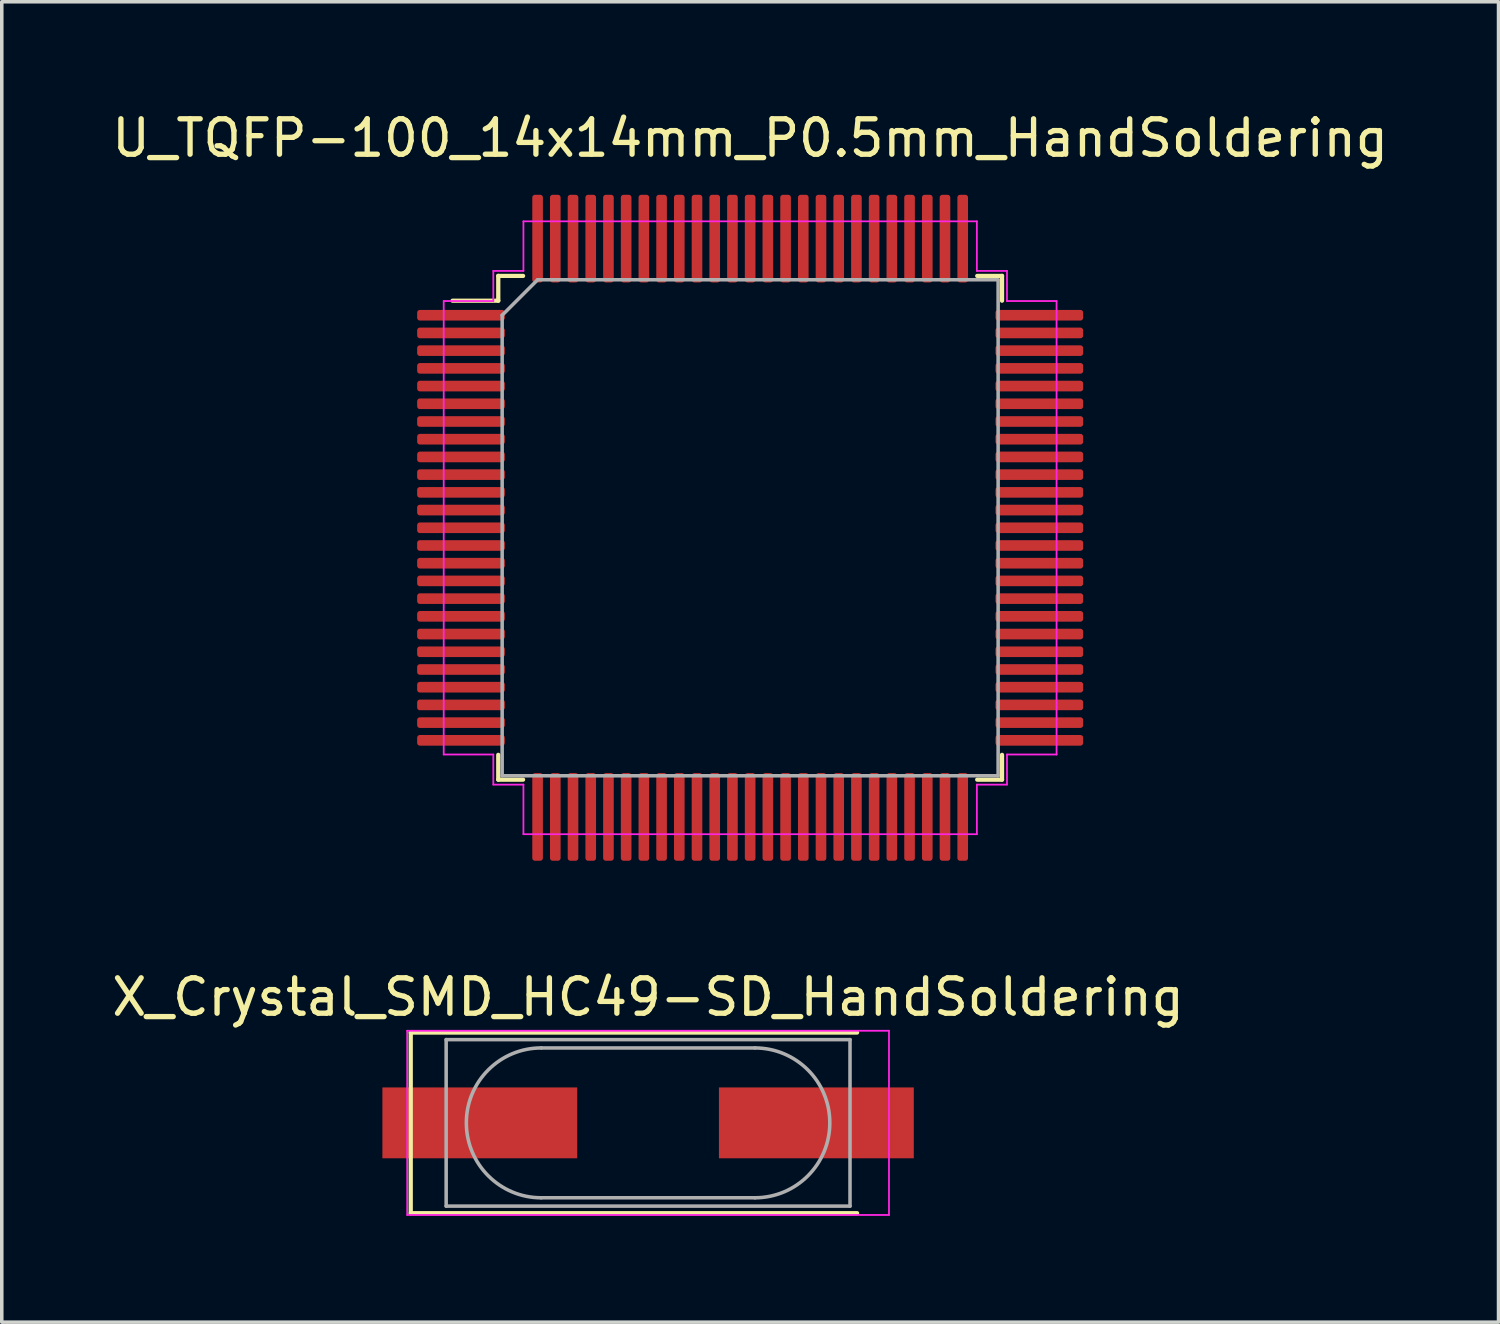
<source format=kicad_pcb>
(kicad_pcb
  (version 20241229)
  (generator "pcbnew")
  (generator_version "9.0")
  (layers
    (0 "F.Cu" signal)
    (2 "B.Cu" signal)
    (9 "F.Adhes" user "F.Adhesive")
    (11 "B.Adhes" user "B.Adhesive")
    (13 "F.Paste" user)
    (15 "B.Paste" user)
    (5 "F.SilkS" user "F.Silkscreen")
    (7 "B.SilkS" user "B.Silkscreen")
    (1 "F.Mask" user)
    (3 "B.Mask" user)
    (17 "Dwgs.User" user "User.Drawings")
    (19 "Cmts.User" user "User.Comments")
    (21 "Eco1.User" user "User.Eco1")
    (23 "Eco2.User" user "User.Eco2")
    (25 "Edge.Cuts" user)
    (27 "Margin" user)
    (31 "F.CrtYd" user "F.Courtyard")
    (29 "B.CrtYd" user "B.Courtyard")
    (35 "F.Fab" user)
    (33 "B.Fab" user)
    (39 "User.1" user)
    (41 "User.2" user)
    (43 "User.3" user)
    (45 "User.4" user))
  (footprint "X_Crystal_SMD_HC49-SD_HandSoldering"
    (layer "F.Cu")
    (at 15.244 28.646)
    (property "Reference" "X_Crystal_SMD_HC49-SD_HandSoldering" (at 0 -3.55 0) (layer "F.SilkS") (effects (font (size 1 1) (thickness 0.15))))
    (attr smd)
    (fp_line (start -6.7 -2.55) (end -6.7 2.55) (stroke (width 0.12) (type solid)) (layer "F.SilkS"))
    (fp_line (start -6.7 2.55) (end 5.9 2.55) (stroke (width 0.12) (type solid)) (layer "F.SilkS"))
    (fp_line (start 5.9 -2.55) (end -6.7 -2.55) (stroke (width 0.12) (type solid)) (layer "F.SilkS"))
    (fp_line (start -6.8 -2.6) (end -6.8 2.6) (stroke (width 0.05) (type solid)) (layer "F.CrtYd"))
    (fp_line (start -6.8 2.6) (end 6.8 2.6) (stroke (width 0.05) (type solid)) (layer "F.CrtYd"))
    (fp_line (start 6.8 -2.6) (end -6.8 -2.6) (stroke (width 0.05) (type solid)) (layer "F.CrtYd"))
    (fp_line (start 6.8 2.6) (end 6.8 -2.6) (stroke (width 0.05) (type solid)) (layer "F.CrtYd"))
    (fp_line (start -5.7 -2.35) (end -5.7 2.35) (stroke (width 0.1) (type solid)) (layer "F.Fab"))
    (fp_line (start -5.7 2.35) (end 5.7 2.35) (stroke (width 0.1) (type solid)) (layer "F.Fab"))
    (fp_line (start -3.015 -2.115) (end 3.015 -2.115) (stroke (width 0.1) (type solid)) (layer "F.Fab"))
    (fp_line (start -3.015 2.115) (end 3.015 2.115) (stroke (width 0.1) (type solid)) (layer "F.Fab"))
    (fp_line (start 5.7 -2.35) (end -5.7 -2.35) (stroke (width 0.1) (type solid)) (layer "F.Fab"))
    (fp_line (start 5.7 2.35) (end 5.7 -2.35) (stroke (width 0.1) (type solid)) (layer "F.Fab"))
    (fp_arc (start -3.015 2.115) (mid -5.13 0) (end -3.015 -2.115) (stroke (width 0.1) (type solid)) (layer "F.Fab"))
    (fp_arc (start 3.015 -2.115) (mid 5.13 0) (end 3.015 2.115) (stroke (width 0.1) (type solid)) (layer "F.Fab"))
    (pad "1" smd rect (at -4.75 0) (size 5.5 2) (layers "F.Cu" "F.Mask" "F.Paste"))
    (pad "2" smd rect (at 4.75 0) (size 5.5 2) (layers "F.Cu" "F.Mask" "F.Paste")))
  (footprint "U_TQFP-100_14x14mm_P0.5mm_HandSoldering"
    (layer "F.Cu")
    (at 18.125 11.848)
    (property "Reference" "U_TQFP-100_14x14mm_P0.5mm_HandSoldering" (at 0 -11 0) (layer "F.SilkS") (effects (font (size 1 1) (thickness 0.15))))
    (attr smd)
    (fp_line (start -7.11 -7.11) (end -7.11 -6.41) (stroke (width 0.12) (type solid)) (layer "F.SilkS"))
    (fp_line (start -7.11 -6.41) (end -8.4 -6.41) (stroke (width 0.12) (type solid)) (layer "F.SilkS"))
    (fp_line (start -7.11 7.11) (end -7.11 6.41) (stroke (width 0.12) (type solid)) (layer "F.SilkS"))
    (fp_line (start -6.41 -7.11) (end -7.11 -7.11) (stroke (width 0.12) (type solid)) (layer "F.SilkS"))
    (fp_line (start -6.41 7.11) (end -7.11 7.11) (stroke (width 0.12) (type solid)) (layer "F.SilkS"))
    (fp_line (start 6.41 -7.11) (end 7.11 -7.11) (stroke (width 0.12) (type solid)) (layer "F.SilkS"))
    (fp_line (start 6.41 7.11) (end 7.11 7.11) (stroke (width 0.12) (type solid)) (layer "F.SilkS"))
    (fp_line (start 7.11 -7.11) (end 7.11 -6.41) (stroke (width 0.12) (type solid)) (layer "F.SilkS"))
    (fp_line (start 7.11 7.11) (end 7.11 6.41) (stroke (width 0.12) (type solid)) (layer "F.SilkS"))
    (fp_line (start -8.65 -6.4) (end -8.65 0) (stroke (width 0.05) (type solid)) (layer "F.CrtYd"))
    (fp_line (start -8.65 6.4) (end -8.65 0) (stroke (width 0.05) (type solid)) (layer "F.CrtYd"))
    (fp_line (start -7.25 -7.25) (end -7.25 -6.4) (stroke (width 0.05) (type solid)) (layer "F.CrtYd"))
    (fp_line (start -7.25 -6.4) (end -8.65 -6.4) (stroke (width 0.05) (type solid)) (layer "F.CrtYd"))
    (fp_line (start -7.25 6.4) (end -8.65 6.4) (stroke (width 0.05) (type solid)) (layer "F.CrtYd"))
    (fp_line (start -7.25 7.25) (end -7.25 6.4) (stroke (width 0.05) (type solid)) (layer "F.CrtYd"))
    (fp_line (start -6.4 -8.65) (end -6.4 -7.25) (stroke (width 0.05) (type solid)) (layer "F.CrtYd"))
    (fp_line (start -6.4 -7.25) (end -7.25 -7.25) (stroke (width 0.05) (type solid)) (layer "F.CrtYd"))
    (fp_line (start -6.4 7.25) (end -7.25 7.25) (stroke (width 0.05) (type solid)) (layer "F.CrtYd"))
    (fp_line (start -6.4 8.65) (end -6.4 7.25) (stroke (width 0.05) (type solid)) (layer "F.CrtYd"))
    (fp_line (start 0 -8.65) (end -6.4 -8.65) (stroke (width 0.05) (type solid)) (layer "F.CrtYd"))
    (fp_line (start 0 -8.65) (end 6.4 -8.65) (stroke (width 0.05) (type solid)) (layer "F.CrtYd"))
    (fp_line (start 0 8.65) (end -6.4 8.65) (stroke (width 0.05) (type solid)) (layer "F.CrtYd"))
    (fp_line (start 0 8.65) (end 6.4 8.65) (stroke (width 0.05) (type solid)) (layer "F.CrtYd"))
    (fp_line (start 6.4 -8.65) (end 6.4 -7.25) (stroke (width 0.05) (type solid)) (layer "F.CrtYd"))
    (fp_line (start 6.4 -7.25) (end 7.25 -7.25) (stroke (width 0.05) (type solid)) (layer "F.CrtYd"))
    (fp_line (start 6.4 7.25) (end 7.25 7.25) (stroke (width 0.05) (type solid)) (layer "F.CrtYd"))
    (fp_line (start 6.4 8.65) (end 6.4 7.25) (stroke (width 0.05) (type solid)) (layer "F.CrtYd"))
    (fp_line (start 7.25 -7.25) (end 7.25 -6.4) (stroke (width 0.05) (type solid)) (layer "F.CrtYd"))
    (fp_line (start 7.25 -6.4) (end 8.65 -6.4) (stroke (width 0.05) (type solid)) (layer "F.CrtYd"))
    (fp_line (start 7.25 6.4) (end 8.65 6.4) (stroke (width 0.05) (type solid)) (layer "F.CrtYd"))
    (fp_line (start 7.25 7.25) (end 7.25 6.4) (stroke (width 0.05) (type solid)) (layer "F.CrtYd"))
    (fp_line (start 8.65 -6.4) (end 8.65 0) (stroke (width 0.05) (type solid)) (layer "F.CrtYd"))
    (fp_line (start 8.65 6.4) (end 8.65 0) (stroke (width 0.05) (type solid)) (layer "F.CrtYd"))
    (fp_line (start -7 -6) (end -6 -7) (stroke (width 0.1) (type solid)) (layer "F.Fab"))
    (fp_line (start -7 7) (end -7 -6) (stroke (width 0.1) (type solid)) (layer "F.Fab"))
    (fp_line (start -6 -7) (end 7 -7) (stroke (width 0.1) (type solid)) (layer "F.Fab"))
    (fp_line (start 7 -7) (end 7 7) (stroke (width 0.1) (type solid)) (layer "F.Fab"))
    (fp_line (start 7 7) (end -7 7) (stroke (width 0.1) (type solid)) (layer "F.Fab"))
    (pad "1" smd roundrect (at -8.162 -6) (size 2.475 0.3) (layers "F.Cu" "F.Mask" "F.Paste") (roundrect_rratio 0.25))
    (pad "2" smd roundrect (at -8.162 -5.5) (size 2.475 0.3) (layers "F.Cu" "F.Mask" "F.Paste") (roundrect_rratio 0.25))
    (pad "3" smd roundrect (at -8.162 -5) (size 2.475 0.3) (layers "F.Cu" "F.Mask" "F.Paste") (roundrect_rratio 0.25))
    (pad "4" smd roundrect (at -8.162 -4.5) (size 2.475 0.3) (layers "F.Cu" "F.Mask" "F.Paste") (roundrect_rratio 0.25))
    (pad "5" smd roundrect (at -8.162 -4) (size 2.475 0.3) (layers "F.Cu" "F.Mask" "F.Paste") (roundrect_rratio 0.25))
    (pad "6" smd roundrect (at -8.162 -3.5) (size 2.475 0.3) (layers "F.Cu" "F.Mask" "F.Paste") (roundrect_rratio 0.25))
    (pad "7" smd roundrect (at -8.162 -3) (size 2.475 0.3) (layers "F.Cu" "F.Mask" "F.Paste") (roundrect_rratio 0.25))
    (pad "8" smd roundrect (at -8.162 -2.5) (size 2.475 0.3) (layers "F.Cu" "F.Mask" "F.Paste") (roundrect_rratio 0.25))
    (pad "9" smd roundrect (at -8.162 -2) (size 2.475 0.3) (layers "F.Cu" "F.Mask" "F.Paste") (roundrect_rratio 0.25))
    (pad "10" smd roundrect (at -8.162 -1.5) (size 2.475 0.3) (layers "F.Cu" "F.Mask" "F.Paste") (roundrect_rratio 0.25))
    (pad "11" smd roundrect (at -8.162 -1) (size 2.475 0.3) (layers "F.Cu" "F.Mask" "F.Paste") (roundrect_rratio 0.25))
    (pad "12" smd roundrect (at -8.162 -0.5) (size 2.475 0.3) (layers "F.Cu" "F.Mask" "F.Paste") (roundrect_rratio 0.25))
    (pad "13" smd roundrect (at -8.162 0) (size 2.475 0.3) (layers "F.Cu" "F.Mask" "F.Paste") (roundrect_rratio 0.25))
    (pad "14" smd roundrect (at -8.162 0.5) (size 2.475 0.3) (layers "F.Cu" "F.Mask" "F.Paste") (roundrect_rratio 0.25))
    (pad "15" smd roundrect (at -8.162 1) (size 2.475 0.3) (layers "F.Cu" "F.Mask" "F.Paste") (roundrect_rratio 0.25))
    (pad "16" smd roundrect (at -8.162 1.5) (size 2.475 0.3) (layers "F.Cu" "F.Mask" "F.Paste") (roundrect_rratio 0.25))
    (pad "17" smd roundrect (at -8.162 2) (size 2.475 0.3) (layers "F.Cu" "F.Mask" "F.Paste") (roundrect_rratio 0.25))
    (pad "18" smd roundrect (at -8.162 2.5) (size 2.475 0.3) (layers "F.Cu" "F.Mask" "F.Paste") (roundrect_rratio 0.25))
    (pad "19" smd roundrect (at -8.162 3) (size 2.475 0.3) (layers "F.Cu" "F.Mask" "F.Paste") (roundrect_rratio 0.25))
    (pad "20" smd roundrect (at -8.162 3.5) (size 2.475 0.3) (layers "F.Cu" "F.Mask" "F.Paste") (roundrect_rratio 0.25))
    (pad "21" smd roundrect (at -8.162 4) (size 2.475 0.3) (layers "F.Cu" "F.Mask" "F.Paste") (roundrect_rratio 0.25))
    (pad "22" smd roundrect (at -8.162 4.5) (size 2.475 0.3) (layers "F.Cu" "F.Mask" "F.Paste") (roundrect_rratio 0.25))
    (pad "23" smd roundrect (at -8.162 5) (size 2.475 0.3) (layers "F.Cu" "F.Mask" "F.Paste") (roundrect_rratio 0.25))
    (pad "24" smd roundrect (at -8.162 5.5) (size 2.475 0.3) (layers "F.Cu" "F.Mask" "F.Paste") (roundrect_rratio 0.25))
    (pad "25" smd roundrect (at -8.162 6) (size 2.475 0.3) (layers "F.Cu" "F.Mask" "F.Paste") (roundrect_rratio 0.25))
    (pad "26" smd roundrect (at -6 8.162) (size 0.3 2.475) (layers "F.Cu" "F.Mask" "F.Paste") (roundrect_rratio 0.25))
    (pad "27" smd roundrect (at -5.5 8.162) (size 0.3 2.475) (layers "F.Cu" "F.Mask" "F.Paste") (roundrect_rratio 0.25))
    (pad "28" smd roundrect (at -5 8.162) (size 0.3 2.475) (layers "F.Cu" "F.Mask" "F.Paste") (roundrect_rratio 0.25))
    (pad "29" smd roundrect (at -4.5 8.162) (size 0.3 2.475) (layers "F.Cu" "F.Mask" "F.Paste") (roundrect_rratio 0.25))
    (pad "30" smd roundrect (at -4 8.162) (size 0.3 2.475) (layers "F.Cu" "F.Mask" "F.Paste") (roundrect_rratio 0.25))
    (pad "31" smd roundrect (at -3.5 8.162) (size 0.3 2.475) (layers "F.Cu" "F.Mask" "F.Paste") (roundrect_rratio 0.25))
    (pad "32" smd roundrect (at -3 8.162) (size 0.3 2.475) (layers "F.Cu" "F.Mask" "F.Paste") (roundrect_rratio 0.25))
    (pad "33" smd roundrect (at -2.5 8.162) (size 0.3 2.475) (layers "F.Cu" "F.Mask" "F.Paste") (roundrect_rratio 0.25))
    (pad "34" smd roundrect (at -2 8.162) (size 0.3 2.475) (layers "F.Cu" "F.Mask" "F.Paste") (roundrect_rratio 0.25))
    (pad "35" smd roundrect (at -1.5 8.162) (size 0.3 2.475) (layers "F.Cu" "F.Mask" "F.Paste") (roundrect_rratio 0.25))
    (pad "36" smd roundrect (at -1 8.162) (size 0.3 2.475) (layers "F.Cu" "F.Mask" "F.Paste") (roundrect_rratio 0.25))
    (pad "37" smd roundrect (at -0.5 8.162) (size 0.3 2.475) (layers "F.Cu" "F.Mask" "F.Paste") (roundrect_rratio 0.25))
    (pad "38" smd roundrect (at 0 8.162) (size 0.3 2.475) (layers "F.Cu" "F.Mask" "F.Paste") (roundrect_rratio 0.25))
    (pad "39" smd roundrect (at 0.5 8.162) (size 0.3 2.475) (layers "F.Cu" "F.Mask" "F.Paste") (roundrect_rratio 0.25))
    (pad "40" smd roundrect (at 1 8.162) (size 0.3 2.475) (layers "F.Cu" "F.Mask" "F.Paste") (roundrect_rratio 0.25))
    (pad "41" smd roundrect (at 1.5 8.162) (size 0.3 2.475) (layers "F.Cu" "F.Mask" "F.Paste") (roundrect_rratio 0.25))
    (pad "42" smd roundrect (at 2 8.162) (size 0.3 2.475) (layers "F.Cu" "F.Mask" "F.Paste") (roundrect_rratio 0.25))
    (pad "43" smd roundrect (at 2.5 8.162) (size 0.3 2.475) (layers "F.Cu" "F.Mask" "F.Paste") (roundrect_rratio 0.25))
    (pad "44" smd roundrect (at 3 8.162) (size 0.3 2.475) (layers "F.Cu" "F.Mask" "F.Paste") (roundrect_rratio 0.25))
    (pad "45" smd roundrect (at 3.5 8.162) (size 0.3 2.475) (layers "F.Cu" "F.Mask" "F.Paste") (roundrect_rratio 0.25))
    (pad "46" smd roundrect (at 4 8.162) (size 0.3 2.475) (layers "F.Cu" "F.Mask" "F.Paste") (roundrect_rratio 0.25))
    (pad "47" smd roundrect (at 4.5 8.162) (size 0.3 2.475) (layers "F.Cu" "F.Mask" "F.Paste") (roundrect_rratio 0.25))
    (pad "48" smd roundrect (at 5 8.162) (size 0.3 2.475) (layers "F.Cu" "F.Mask" "F.Paste") (roundrect_rratio 0.25))
    (pad "49" smd roundrect (at 5.5 8.162) (size 0.3 2.475) (layers "F.Cu" "F.Mask" "F.Paste") (roundrect_rratio 0.25))
    (pad "50" smd roundrect (at 6 8.162) (size 0.3 2.475) (layers "F.Cu" "F.Mask" "F.Paste") (roundrect_rratio 0.25))
    (pad "51" smd roundrect (at 8.162 6) (size 2.475 0.3) (layers "F.Cu" "F.Mask" "F.Paste") (roundrect_rratio 0.25))
    (pad "52" smd roundrect (at 8.162 5.5) (size 2.475 0.3) (layers "F.Cu" "F.Mask" "F.Paste") (roundrect_rratio 0.25))
    (pad "53" smd roundrect (at 8.162 5) (size 2.475 0.3) (layers "F.Cu" "F.Mask" "F.Paste") (roundrect_rratio 0.25))
    (pad "54" smd roundrect (at 8.162 4.5) (size 2.475 0.3) (layers "F.Cu" "F.Mask" "F.Paste") (roundrect_rratio 0.25))
    (pad "55" smd roundrect (at 8.162 4) (size 2.475 0.3) (layers "F.Cu" "F.Mask" "F.Paste") (roundrect_rratio 0.25))
    (pad "56" smd roundrect (at 8.162 3.5) (size 2.475 0.3) (layers "F.Cu" "F.Mask" "F.Paste") (roundrect_rratio 0.25))
    (pad "57" smd roundrect (at 8.162 3) (size 2.475 0.3) (layers "F.Cu" "F.Mask" "F.Paste") (roundrect_rratio 0.25))
    (pad "58" smd roundrect (at 8.162 2.5) (size 2.475 0.3) (layers "F.Cu" "F.Mask" "F.Paste") (roundrect_rratio 0.25))
    (pad "59" smd roundrect (at 8.162 2) (size 2.475 0.3) (layers "F.Cu" "F.Mask" "F.Paste") (roundrect_rratio 0.25))
    (pad "60" smd roundrect (at 8.162 1.5) (size 2.475 0.3) (layers "F.Cu" "F.Mask" "F.Paste") (roundrect_rratio 0.25))
    (pad "61" smd roundrect (at 8.162 1) (size 2.475 0.3) (layers "F.Cu" "F.Mask" "F.Paste") (roundrect_rratio 0.25))
    (pad "62" smd roundrect (at 8.162 0.5) (size 2.475 0.3) (layers "F.Cu" "F.Mask" "F.Paste") (roundrect_rratio 0.25))
    (pad "63" smd roundrect (at 8.162 0) (size 2.475 0.3) (layers "F.Cu" "F.Mask" "F.Paste") (roundrect_rratio 0.25))
    (pad "64" smd roundrect (at 8.162 -0.5) (size 2.475 0.3) (layers "F.Cu" "F.Mask" "F.Paste") (roundrect_rratio 0.25))
    (pad "65" smd roundrect (at 8.162 -1) (size 2.475 0.3) (layers "F.Cu" "F.Mask" "F.Paste") (roundrect_rratio 0.25))
    (pad "66" smd roundrect (at 8.162 -1.5) (size 2.475 0.3) (layers "F.Cu" "F.Mask" "F.Paste") (roundrect_rratio 0.25))
    (pad "67" smd roundrect (at 8.162 -2) (size 2.475 0.3) (layers "F.Cu" "F.Mask" "F.Paste") (roundrect_rratio 0.25))
    (pad "68" smd roundrect (at 8.162 -2.5) (size 2.475 0.3) (layers "F.Cu" "F.Mask" "F.Paste") (roundrect_rratio 0.25))
    (pad "69" smd roundrect (at 8.162 -3) (size 2.475 0.3) (layers "F.Cu" "F.Mask" "F.Paste") (roundrect_rratio 0.25))
    (pad "70" smd roundrect (at 8.162 -3.5) (size 2.475 0.3) (layers "F.Cu" "F.Mask" "F.Paste") (roundrect_rratio 0.25))
    (pad "71" smd roundrect (at 8.162 -4) (size 2.475 0.3) (layers "F.Cu" "F.Mask" "F.Paste") (roundrect_rratio 0.25))
    (pad "72" smd roundrect (at 8.162 -4.5) (size 2.475 0.3) (layers "F.Cu" "F.Mask" "F.Paste") (roundrect_rratio 0.25))
    (pad "73" smd roundrect (at 8.162 -5) (size 2.475 0.3) (layers "F.Cu" "F.Mask" "F.Paste") (roundrect_rratio 0.25))
    (pad "74" smd roundrect (at 8.162 -5.5) (size 2.475 0.3) (layers "F.Cu" "F.Mask" "F.Paste") (roundrect_rratio 0.25))
    (pad "75" smd roundrect (at 8.162 -6) (size 2.475 0.3) (layers "F.Cu" "F.Mask" "F.Paste") (roundrect_rratio 0.25))
    (pad "76" smd roundrect (at 6 -8.162) (size 0.3 2.475) (layers "F.Cu" "F.Mask" "F.Paste") (roundrect_rratio 0.25))
    (pad "77" smd roundrect (at 5.5 -8.162) (size 0.3 2.475) (layers "F.Cu" "F.Mask" "F.Paste") (roundrect_rratio 0.25))
    (pad "78" smd roundrect (at 5 -8.162) (size 0.3 2.475) (layers "F.Cu" "F.Mask" "F.Paste") (roundrect_rratio 0.25))
    (pad "79" smd roundrect (at 4.5 -8.162) (size 0.3 2.475) (layers "F.Cu" "F.Mask" "F.Paste") (roundrect_rratio 0.25))
    (pad "80" smd roundrect (at 4 -8.162) (size 0.3 2.475) (layers "F.Cu" "F.Mask" "F.Paste") (roundrect_rratio 0.25))
    (pad "81" smd roundrect (at 3.5 -8.162) (size 0.3 2.475) (layers "F.Cu" "F.Mask" "F.Paste") (roundrect_rratio 0.25))
    (pad "82" smd roundrect (at 3 -8.162) (size 0.3 2.475) (layers "F.Cu" "F.Mask" "F.Paste") (roundrect_rratio 0.25))
    (pad "83" smd roundrect (at 2.5 -8.162) (size 0.3 2.475) (layers "F.Cu" "F.Mask" "F.Paste") (roundrect_rratio 0.25))
    (pad "84" smd roundrect (at 2 -8.162) (size 0.3 2.475) (layers "F.Cu" "F.Mask" "F.Paste") (roundrect_rratio 0.25))
    (pad "85" smd roundrect (at 1.5 -8.162) (size 0.3 2.475) (layers "F.Cu" "F.Mask" "F.Paste") (roundrect_rratio 0.25))
    (pad "86" smd roundrect (at 1 -8.162) (size 0.3 2.475) (layers "F.Cu" "F.Mask" "F.Paste") (roundrect_rratio 0.25))
    (pad "87" smd roundrect (at 0.5 -8.162) (size 0.3 2.475) (layers "F.Cu" "F.Mask" "F.Paste") (roundrect_rratio 0.25))
    (pad "88" smd roundrect (at 0 -8.162) (size 0.3 2.475) (layers "F.Cu" "F.Mask" "F.Paste") (roundrect_rratio 0.25))
    (pad "89" smd roundrect (at -0.5 -8.162) (size 0.3 2.475) (layers "F.Cu" "F.Mask" "F.Paste") (roundrect_rratio 0.25))
    (pad "90" smd roundrect (at -1 -8.162) (size 0.3 2.475) (layers "F.Cu" "F.Mask" "F.Paste") (roundrect_rratio 0.25))
    (pad "91" smd roundrect (at -1.5 -8.162) (size 0.3 2.475) (layers "F.Cu" "F.Mask" "F.Paste") (roundrect_rratio 0.25))
    (pad "92" smd roundrect (at -2 -8.162) (size 0.3 2.475) (layers "F.Cu" "F.Mask" "F.Paste") (roundrect_rratio 0.25))
    (pad "93" smd roundrect (at -2.5 -8.162) (size 0.3 2.475) (layers "F.Cu" "F.Mask" "F.Paste") (roundrect_rratio 0.25))
    (pad "94" smd roundrect (at -3 -8.162) (size 0.3 2.475) (layers "F.Cu" "F.Mask" "F.Paste") (roundrect_rratio 0.25))
    (pad "95" smd roundrect (at -3.5 -8.162) (size 0.3 2.475) (layers "F.Cu" "F.Mask" "F.Paste") (roundrect_rratio 0.25))
    (pad "96" smd roundrect (at -4 -8.162) (size 0.3 2.475) (layers "F.Cu" "F.Mask" "F.Paste") (roundrect_rratio 0.25))
    (pad "97" smd roundrect (at -4.5 -8.162) (size 0.3 2.475) (layers "F.Cu" "F.Mask" "F.Paste") (roundrect_rratio 0.25))
    (pad "98" smd roundrect (at -5 -8.162) (size 0.3 2.475) (layers "F.Cu" "F.Mask" "F.Paste") (roundrect_rratio 0.25))
    (pad "99" smd roundrect (at -5.5 -8.162) (size 0.3 2.475) (layers "F.Cu" "F.Mask" "F.Paste") (roundrect_rratio 0.25))
    (pad "100" smd roundrect (at -6 -8.162) (size 0.3 2.475) (layers "F.Cu" "F.Mask" "F.Paste") (roundrect_rratio 0.25)))
  (gr_rect
    (start -3 -3)
    (end 39.25 34.272)
    (stroke (width 0.1) (type default))
    (fill no)
    (layer "Edge.Cuts")))
</source>
